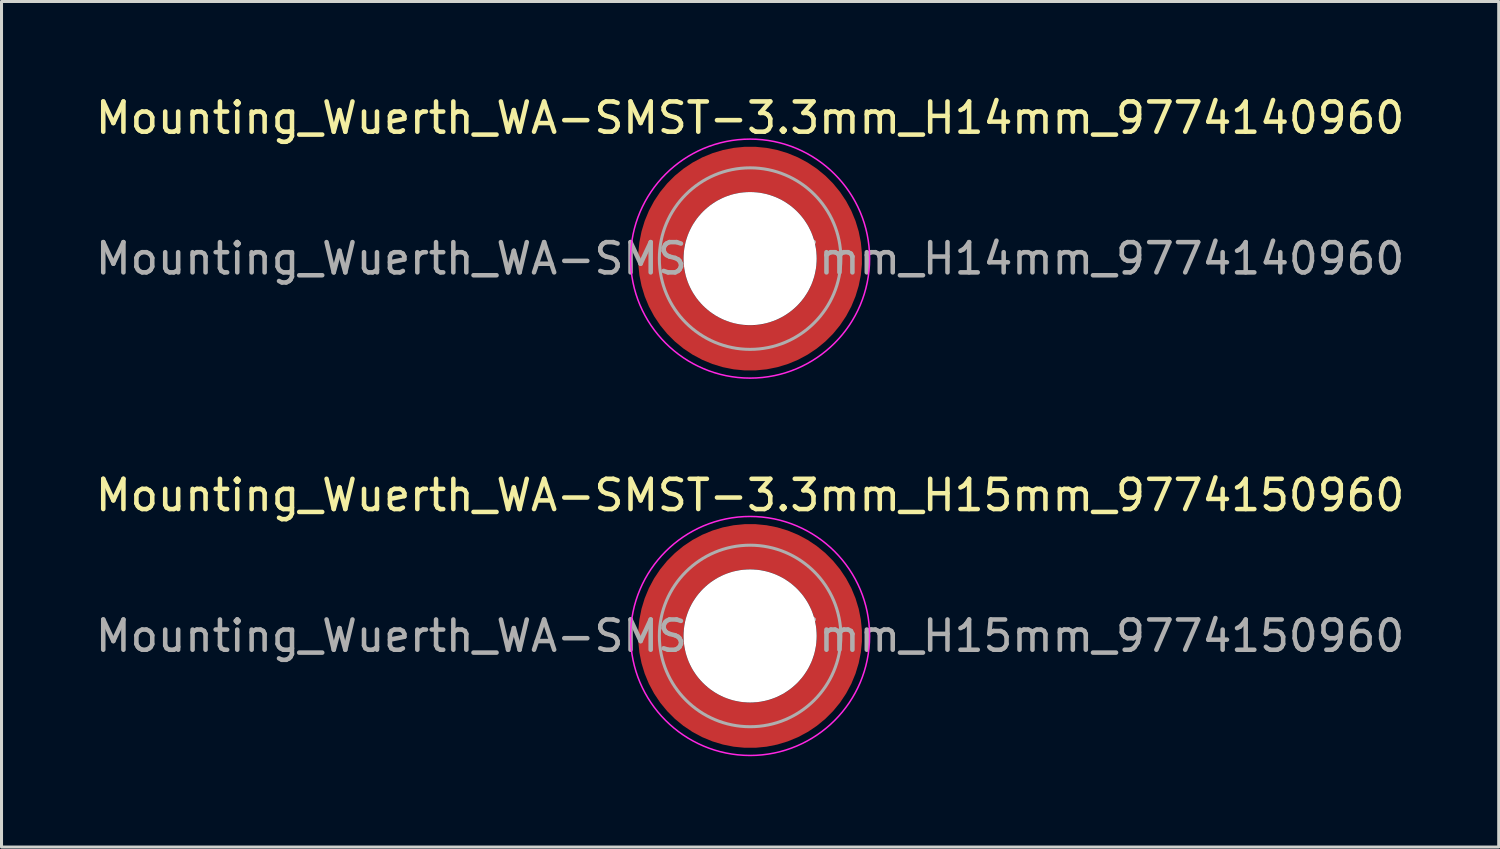
<source format=kicad_pcb>
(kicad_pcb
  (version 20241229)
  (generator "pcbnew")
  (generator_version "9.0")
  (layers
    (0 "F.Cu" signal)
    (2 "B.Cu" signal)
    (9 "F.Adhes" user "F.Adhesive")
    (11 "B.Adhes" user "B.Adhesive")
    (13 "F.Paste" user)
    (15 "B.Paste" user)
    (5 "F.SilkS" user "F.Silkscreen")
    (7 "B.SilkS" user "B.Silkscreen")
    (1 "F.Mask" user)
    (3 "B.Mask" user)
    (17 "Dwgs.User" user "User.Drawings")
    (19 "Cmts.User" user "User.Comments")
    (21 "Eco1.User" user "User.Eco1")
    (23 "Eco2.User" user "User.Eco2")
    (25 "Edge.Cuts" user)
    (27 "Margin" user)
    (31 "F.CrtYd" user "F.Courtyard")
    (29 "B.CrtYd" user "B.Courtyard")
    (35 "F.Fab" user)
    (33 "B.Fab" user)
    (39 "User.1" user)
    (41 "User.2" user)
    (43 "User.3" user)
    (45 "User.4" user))
  (footprint "Mounting_Wuerth_WA-SMST-3.3mm_H15mm_9774150960"
    (layer "F.Cu")
    (at 21.744 17.971)
    (property "Reference" "Mounting_Wuerth_WA-SMST-3.3mm_H15mm_9774150960" (at 0 -4.65 0) (layer "F.SilkS") (effects (font (size 1 1) (thickness 0.15))))
    (attr smd)
    (fp_circle (center 0 0) (end 3.95 0) (stroke (width 0.05) (type solid)) (fill no) (layer "F.CrtYd"))
    (fp_circle (center 0 0) (end 3 0) (stroke (width 0.1) (type solid)) (fill no) (layer "F.Fab"))
    (fp_text user "${REFERENCE}" (at 0 0 0) (layer "F.Fab") (effects (font (size 1 1) (thickness 0.15))))
    (pad "" smd custom (at -2.058 -2.058) (size 0.7 0.7) (layers "F.Paste") (options (anchor circle)) (primitives (gr_arc (start -0.377294 1.707681) (mid 0.317579 0.318817) (end 1.705947 -0.377044) (width 0.2)) (gr_arc (start -0.478281 1.707681) (mid 0.246161 0.248814) (end 1.703965 -0.477765) (width 0.2)) (gr_arc (start -0.579192 1.707681) (mid 0.175492 0.178063) (end 1.704077 -0.578711) (width 0.2)) (gr_arc (start -0.680037 1.707681) (mid 0.105568 0.106564) (end 1.706284 -0.679858) (width 0.2)) (gr_arc (start -0.780822 1.707681) (mid 0.034627 0.036085) (end 1.705634 -0.780569) (width 0.2)) (gr_arc (start -0.881554 1.707681) (mid -0.035694 -0.035016) (end 1.706729 -0.881441) (width 0.2)) (gr_arc (start -0.982237 1.707681) (mid -0.107281 -0.10485) (end 1.704266 -0.981842) (width 0.2)) (gr_arc (start -1.082877 1.707681) (mid -0.178372 -0.175181) (end 1.703197 -1.082374) (width 0.2)) (gr_arc (start -1.183476 1.707681) (mid -0.248964 -0.246008) (end 1.703525 -1.183025) (width 0.2)) (gr_arc (start -1.28404 1.707681) (mid -0.319062 -0.317333) (end 1.70525 -1.283784) (width 0.2)) (gr_line (start 1.708 -0.377) (end 1.708 -1.284) (width 0.2)) (gr_line (start -0.377 1.708) (end -1.284 1.708) (width 0.2))))
    (pad "" smd custom (at -2.058 2.058) (size 0.7 0.7) (layers "F.Paste") (options (anchor circle)) (primitives (gr_arc (start 1.707681 0.377294) (mid 0.318817 -0.317579) (end -0.377044 -1.705947) (width 0.2)) (gr_arc (start 1.707681 0.478281) (mid 0.248814 -0.246161) (end -0.477765 -1.703965) (width 0.2)) (gr_arc (start 1.707681 0.579192) (mid 0.178063 -0.175492) (end -0.578711 -1.704077) (width 0.2)) (gr_arc (start 1.707681 0.680037) (mid 0.106564 -0.105568) (end -0.679858 -1.706284) (width 0.2)) (gr_arc (start 1.707681 0.780822) (mid 0.036085 -0.034627) (end -0.780569 -1.705634) (width 0.2)) (gr_arc (start 1.707681 0.881554) (mid -0.035016 0.035694) (end -0.881441 -1.706729) (width 0.2)) (gr_arc (start 1.707681 0.982237) (mid -0.10485 0.107281) (end -0.981842 -1.704266) (width 0.2)) (gr_arc (start 1.707681 1.082877) (mid -0.175181 0.178372) (end -1.082374 -1.703197) (width 0.2)) (gr_arc (start 1.707681 1.183476) (mid -0.246008 0.248964) (end -1.183025 -1.703525) (width 0.2)) (gr_arc (start 1.707681 1.28404) (mid -0.317333 0.319062) (end -1.283784 -1.70525) (width 0.2)) (gr_line (start -0.377 -1.708) (end -1.284 -1.708) (width 0.2)) (gr_line (start 1.708 0.377) (end 1.708 1.284) (width 0.2))))
    (pad "" np_thru_hole circle (at 0 0) (size 4.4 4.4) (drill 4.4) (layers "*.Cu" "*.Mask"))
    (pad "" smd custom (at 2.058 -2.058) (size 0.7 0.7) (layers "F.Paste") (options (anchor circle)) (primitives (gr_arc (start -1.707681 -0.377294) (mid -0.318817 0.317579) (end 0.377044 1.705947) (width 0.2)) (gr_arc (start -1.707681 -0.478281) (mid -0.248814 0.246161) (end 0.477765 1.703965) (width 0.2)) (gr_arc (start -1.707681 -0.579192) (mid -0.178063 0.175492) (end 0.578711 1.704077) (width 0.2)) (gr_arc (start -1.707681 -0.680037) (mid -0.106564 0.105568) (end 0.679858 1.706284) (width 0.2)) (gr_arc (start -1.707681 -0.780822) (mid -0.036085 0.034627) (end 0.780569 1.705634) (width 0.2)) (gr_arc (start -1.707681 -0.881554) (mid 0.035016 -0.035694) (end 0.881441 1.706729) (width 0.2)) (gr_arc (start -1.707681 -0.982237) (mid 0.10485 -0.107281) (end 0.981842 1.704266) (width 0.2)) (gr_arc (start -1.707681 -1.082877) (mid 0.175181 -0.178372) (end 1.082374 1.703197) (width 0.2)) (gr_arc (start -1.707681 -1.183476) (mid 0.246008 -0.248964) (end 1.183025 1.703525) (width 0.2)) (gr_arc (start -1.707681 -1.28404) (mid 0.317333 -0.319062) (end 1.283784 1.70525) (width 0.2)) (gr_line (start 0.377 1.708) (end 1.284 1.708) (width 0.2)) (gr_line (start -1.708 -0.377) (end -1.708 -1.284) (width 0.2))))
    (pad "" smd custom (at 2.058 2.058) (size 0.7 0.7) (layers "F.Paste") (options (anchor circle)) (primitives (gr_arc (start 0.377294 -1.707681) (mid -0.317579 -0.318817) (end -1.705947 0.377044) (width 0.2)) (gr_arc (start 0.478281 -1.707681) (mid -0.246161 -0.248814) (end -1.703965 0.477765) (width 0.2)) (gr_arc (start 0.579192 -1.707681) (mid -0.175492 -0.178063) (end -1.704077 0.578711) (width 0.2)) (gr_arc (start 0.680037 -1.707681) (mid -0.105568 -0.106564) (end -1.706284 0.679858) (width 0.2)) (gr_arc (start 0.780822 -1.707681) (mid -0.034627 -0.036085) (end -1.705634 0.780569) (width 0.2)) (gr_arc (start 0.881554 -1.707681) (mid 0.035694 0.035016) (end -1.706729 0.881441) (width 0.2)) (gr_arc (start 0.982237 -1.707681) (mid 0.107281 0.10485) (end -1.704266 0.981842) (width 0.2)) (gr_arc (start 1.082877 -1.707681) (mid 0.178372 0.175181) (end -1.703197 1.082374) (width 0.2)) (gr_arc (start 1.183476 -1.707681) (mid 0.248964 0.246008) (end -1.703525 1.183025) (width 0.2)) (gr_arc (start 1.28404 -1.707681) (mid 0.319062 0.317333) (end -1.70525 1.283784) (width 0.2)) (gr_line (start -1.708 0.377) (end -1.708 1.284) (width 0.2)) (gr_line (start 0.377 -1.708) (end 1.284 -1.708) (width 0.2))))
    (pad "1" smd circle (at -2.95 0) (size 1.1 1.1) (layers "F.Cu"))
    (pad "1" smd circle (at 0 -2.95) (size 1.1 1.1) (layers "F.Cu"))
    (pad "1" smd circle (at 0 2.95) (size 1.1 1.1) (layers "F.Cu"))
    (pad "1" smd custom (at 2.95 0) (size 1.1 1.1) (layers "F.Cu" "F.Mask") (options (anchor circle)) (primitives (gr_circle (center -2.95 0) (end 0 0) (width 1.5) (fill no)))))
  (footprint "Mounting_Wuerth_WA-SMST-3.3mm_H14mm_9774140960"
    (layer "F.Cu")
    (at 21.744 5.498)
    (property "Reference" "Mounting_Wuerth_WA-SMST-3.3mm_H14mm_9774140960" (at 0 -4.65 0) (layer "F.SilkS") (effects (font (size 1 1) (thickness 0.15))))
    (attr smd)
    (fp_circle (center 0 0) (end 3.95 0) (stroke (width 0.05) (type solid)) (fill no) (layer "F.CrtYd"))
    (fp_circle (center 0 0) (end 3 0) (stroke (width 0.1) (type solid)) (fill no) (layer "F.Fab"))
    (fp_text user "${REFERENCE}" (at 0 0 0) (layer "F.Fab") (effects (font (size 1 1) (thickness 0.15))))
    (pad "" smd custom (at -2.058 -2.058) (size 0.7 0.7) (layers "F.Paste") (options (anchor circle)) (primitives (gr_arc (start -0.377294 1.707681) (mid 0.317579 0.318817) (end 1.705947 -0.377044) (width 0.2)) (gr_arc (start -0.478281 1.707681) (mid 0.246161 0.248814) (end 1.703965 -0.477765) (width 0.2)) (gr_arc (start -0.579192 1.707681) (mid 0.175492 0.178063) (end 1.704077 -0.578711) (width 0.2)) (gr_arc (start -0.680037 1.707681) (mid 0.105568 0.106564) (end 1.706284 -0.679858) (width 0.2)) (gr_arc (start -0.780822 1.707681) (mid 0.034627 0.036085) (end 1.705634 -0.780569) (width 0.2)) (gr_arc (start -0.881554 1.707681) (mid -0.035694 -0.035016) (end 1.706729 -0.881441) (width 0.2)) (gr_arc (start -0.982237 1.707681) (mid -0.107281 -0.10485) (end 1.704266 -0.981842) (width 0.2)) (gr_arc (start -1.082877 1.707681) (mid -0.178372 -0.175181) (end 1.703197 -1.082374) (width 0.2)) (gr_arc (start -1.183476 1.707681) (mid -0.248964 -0.246008) (end 1.703525 -1.183025) (width 0.2)) (gr_arc (start -1.28404 1.707681) (mid -0.319062 -0.317333) (end 1.70525 -1.283784) (width 0.2)) (gr_line (start 1.708 -0.377) (end 1.708 -1.284) (width 0.2)) (gr_line (start -0.377 1.708) (end -1.284 1.708) (width 0.2))))
    (pad "" smd custom (at -2.058 2.058) (size 0.7 0.7) (layers "F.Paste") (options (anchor circle)) (primitives (gr_arc (start 1.707681 0.377294) (mid 0.318817 -0.317579) (end -0.377044 -1.705947) (width 0.2)) (gr_arc (start 1.707681 0.478281) (mid 0.248814 -0.246161) (end -0.477765 -1.703965) (width 0.2)) (gr_arc (start 1.707681 0.579192) (mid 0.178063 -0.175492) (end -0.578711 -1.704077) (width 0.2)) (gr_arc (start 1.707681 0.680037) (mid 0.106564 -0.105568) (end -0.679858 -1.706284) (width 0.2)) (gr_arc (start 1.707681 0.780822) (mid 0.036085 -0.034627) (end -0.780569 -1.705634) (width 0.2)) (gr_arc (start 1.707681 0.881554) (mid -0.035016 0.035694) (end -0.881441 -1.706729) (width 0.2)) (gr_arc (start 1.707681 0.982237) (mid -0.10485 0.107281) (end -0.981842 -1.704266) (width 0.2)) (gr_arc (start 1.707681 1.082877) (mid -0.175181 0.178372) (end -1.082374 -1.703197) (width 0.2)) (gr_arc (start 1.707681 1.183476) (mid -0.246008 0.248964) (end -1.183025 -1.703525) (width 0.2)) (gr_arc (start 1.707681 1.28404) (mid -0.317333 0.319062) (end -1.283784 -1.70525) (width 0.2)) (gr_line (start -0.377 -1.708) (end -1.284 -1.708) (width 0.2)) (gr_line (start 1.708 0.377) (end 1.708 1.284) (width 0.2))))
    (pad "" np_thru_hole circle (at 0 0) (size 4.4 4.4) (drill 4.4) (layers "*.Cu" "*.Mask"))
    (pad "" smd custom (at 2.058 -2.058) (size 0.7 0.7) (layers "F.Paste") (options (anchor circle)) (primitives (gr_arc (start -1.707681 -0.377294) (mid -0.318817 0.317579) (end 0.377044 1.705947) (width 0.2)) (gr_arc (start -1.707681 -0.478281) (mid -0.248814 0.246161) (end 0.477765 1.703965) (width 0.2)) (gr_arc (start -1.707681 -0.579192) (mid -0.178063 0.175492) (end 0.578711 1.704077) (width 0.2)) (gr_arc (start -1.707681 -0.680037) (mid -0.106564 0.105568) (end 0.679858 1.706284) (width 0.2)) (gr_arc (start -1.707681 -0.780822) (mid -0.036085 0.034627) (end 0.780569 1.705634) (width 0.2)) (gr_arc (start -1.707681 -0.881554) (mid 0.035016 -0.035694) (end 0.881441 1.706729) (width 0.2)) (gr_arc (start -1.707681 -0.982237) (mid 0.10485 -0.107281) (end 0.981842 1.704266) (width 0.2)) (gr_arc (start -1.707681 -1.082877) (mid 0.175181 -0.178372) (end 1.082374 1.703197) (width 0.2)) (gr_arc (start -1.707681 -1.183476) (mid 0.246008 -0.248964) (end 1.183025 1.703525) (width 0.2)) (gr_arc (start -1.707681 -1.28404) (mid 0.317333 -0.319062) (end 1.283784 1.70525) (width 0.2)) (gr_line (start 0.377 1.708) (end 1.284 1.708) (width 0.2)) (gr_line (start -1.708 -0.377) (end -1.708 -1.284) (width 0.2))))
    (pad "" smd custom (at 2.058 2.058) (size 0.7 0.7) (layers "F.Paste") (options (anchor circle)) (primitives (gr_arc (start 0.377294 -1.707681) (mid -0.317579 -0.318817) (end -1.705947 0.377044) (width 0.2)) (gr_arc (start 0.478281 -1.707681) (mid -0.246161 -0.248814) (end -1.703965 0.477765) (width 0.2)) (gr_arc (start 0.579192 -1.707681) (mid -0.175492 -0.178063) (end -1.704077 0.578711) (width 0.2)) (gr_arc (start 0.680037 -1.707681) (mid -0.105568 -0.106564) (end -1.706284 0.679858) (width 0.2)) (gr_arc (start 0.780822 -1.707681) (mid -0.034627 -0.036085) (end -1.705634 0.780569) (width 0.2)) (gr_arc (start 0.881554 -1.707681) (mid 0.035694 0.035016) (end -1.706729 0.881441) (width 0.2)) (gr_arc (start 0.982237 -1.707681) (mid 0.107281 0.10485) (end -1.704266 0.981842) (width 0.2)) (gr_arc (start 1.082877 -1.707681) (mid 0.178372 0.175181) (end -1.703197 1.082374) (width 0.2)) (gr_arc (start 1.183476 -1.707681) (mid 0.248964 0.246008) (end -1.703525 1.183025) (width 0.2)) (gr_arc (start 1.28404 -1.707681) (mid 0.319062 0.317333) (end -1.70525 1.283784) (width 0.2)) (gr_line (start -1.708 0.377) (end -1.708 1.284) (width 0.2)) (gr_line (start 0.377 -1.708) (end 1.284 -1.708) (width 0.2))))
    (pad "1" smd circle (at -2.95 0) (size 1.1 1.1) (layers "F.Cu"))
    (pad "1" smd circle (at 0 -2.95) (size 1.1 1.1) (layers "F.Cu"))
    (pad "1" smd circle (at 0 2.95) (size 1.1 1.1) (layers "F.Cu"))
    (pad "1" smd custom (at 2.95 0) (size 1.1 1.1) (layers "F.Cu" "F.Mask") (options (anchor circle)) (primitives (gr_circle (center -2.95 0) (end 0 0) (width 1.5) (fill no)))))
  (gr_rect
    (start -3 -3)
    (end 46.488 24.947)
    (stroke (width 0.1) (type default))
    (fill no)
    (layer "Edge.Cuts")))
</source>
